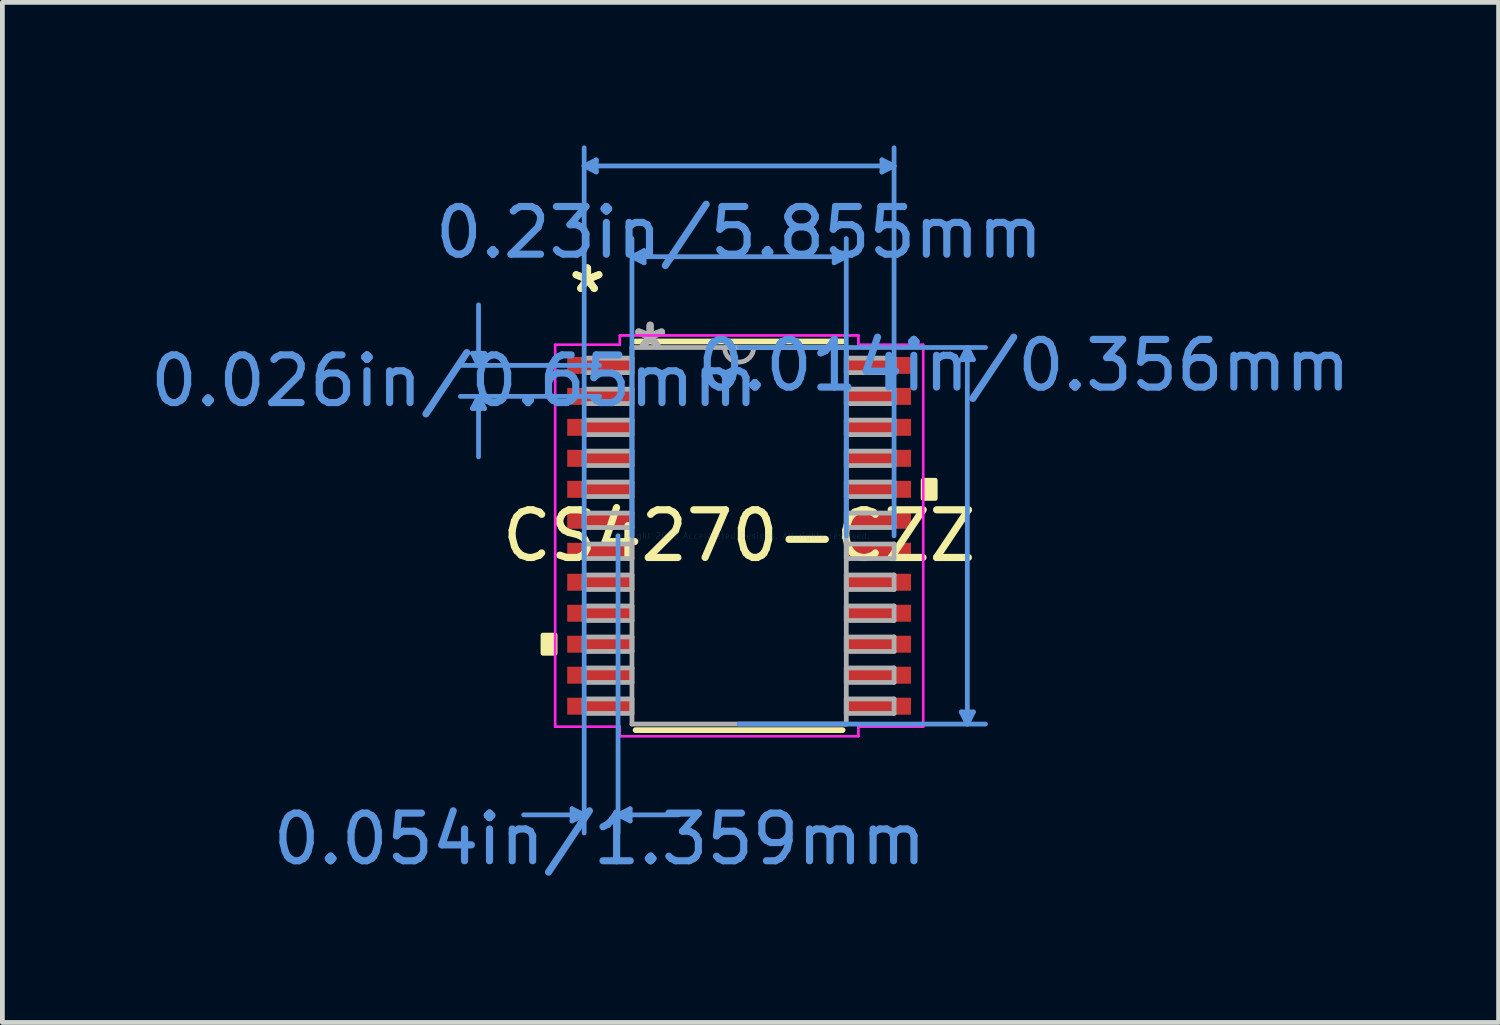
<source format=kicad_pcb>
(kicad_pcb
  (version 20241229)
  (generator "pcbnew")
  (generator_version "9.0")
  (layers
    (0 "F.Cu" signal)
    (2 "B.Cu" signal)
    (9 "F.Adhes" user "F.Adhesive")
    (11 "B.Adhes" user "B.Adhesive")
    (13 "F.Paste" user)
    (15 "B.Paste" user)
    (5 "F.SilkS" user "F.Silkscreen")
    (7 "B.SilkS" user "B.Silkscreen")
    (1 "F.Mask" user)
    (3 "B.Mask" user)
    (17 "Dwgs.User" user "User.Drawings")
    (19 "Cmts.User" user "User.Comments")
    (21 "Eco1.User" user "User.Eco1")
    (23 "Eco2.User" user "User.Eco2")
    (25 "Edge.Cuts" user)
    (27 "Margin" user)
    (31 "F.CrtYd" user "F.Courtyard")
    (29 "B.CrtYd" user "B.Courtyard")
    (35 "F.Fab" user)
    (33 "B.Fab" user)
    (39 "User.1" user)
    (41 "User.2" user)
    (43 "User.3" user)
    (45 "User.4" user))
  (footprint "CS4270-CZZ"
    (layer "F.Cu")
    (at 12.457 8.191)
    (property "Reference" "CS4270-CZZ" (at 0 0 0) (layer "F.SilkS") (effects (font (size 1 1) (thickness 0.15))))
    (attr through_hole)
    (fp_line (start -2.172 4.077) (end 2.172 4.077) (stroke (width 0.12) (type solid)) (layer "F.SilkS"))
    (fp_line (start 2.172 -4.077) (end -2.172 -4.077) (stroke (width 0.12) (type solid)) (layer "F.SilkS"))
    (fp_poly (pts (xy -4.115 2.084) (xy -4.115 2.465) (xy -3.861 2.465) (xy -3.861 2.084)) (stroke (width 0.1) (type solid)) (fill yes) (layer "F.SilkS"))
    (fp_poly (pts (xy 4.115 -1.165) (xy 4.115 -0.784) (xy 3.861 -0.784) (xy 3.861 -1.165)) (stroke (width 0.1) (type solid)) (fill yes) (layer "F.SilkS"))
    (fp_line (start -5.594 -3.829) (end -5.34 -3.829) (stroke (width 0.1) (type solid)) (layer "Cmts.User"))
    (fp_line (start -5.594 -2.671) (end -5.34 -2.671) (stroke (width 0.1) (type solid)) (layer "Cmts.User"))
    (fp_line (start -5.467 -3.575) (end -5.594 -3.829) (stroke (width 0.1) (type solid)) (layer "Cmts.User"))
    (fp_line (start -5.467 -3.575) (end -5.467 -4.845) (stroke (width 0.1) (type solid)) (layer "Cmts.User"))
    (fp_line (start -5.467 -3.575) (end -5.34 -3.829) (stroke (width 0.1) (type solid)) (layer "Cmts.User"))
    (fp_line (start -5.467 -2.925) (end -5.594 -2.671) (stroke (width 0.1) (type solid)) (layer "Cmts.User"))
    (fp_line (start -5.467 -2.925) (end -5.467 -1.655) (stroke (width 0.1) (type solid)) (layer "Cmts.User"))
    (fp_line (start -5.467 -2.925) (end -5.34 -2.671) (stroke (width 0.1) (type solid)) (layer "Cmts.User"))
    (fp_line (start -3.505 5.728) (end -3.505 5.982) (stroke (width 0.1) (type solid)) (layer "Cmts.User"))
    (fp_line (start -3.251 -7.76) (end -2.997 -7.887) (stroke (width 0.1) (type solid)) (layer "Cmts.User"))
    (fp_line (start -3.251 -7.76) (end -2.997 -7.633) (stroke (width 0.1) (type solid)) (layer "Cmts.User"))
    (fp_line (start -3.251 -7.76) (end 3.251 -7.76) (stroke (width 0.1) (type solid)) (layer "Cmts.User"))
    (fp_line (start -3.251 0) (end -3.251 -8.141) (stroke (width 0.1) (type solid)) (layer "Cmts.User"))
    (fp_line (start -3.251 0) (end -3.251 6.236) (stroke (width 0.1) (type solid)) (layer "Cmts.User"))
    (fp_line (start -3.251 5.855) (end -4.521 5.855) (stroke (width 0.1) (type solid)) (layer "Cmts.User"))
    (fp_line (start -3.251 5.855) (end -3.505 5.728) (stroke (width 0.1) (type solid)) (layer "Cmts.User"))
    (fp_line (start -3.251 5.855) (end -3.505 5.982) (stroke (width 0.1) (type solid)) (layer "Cmts.User"))
    (fp_line (start -2.997 -7.887) (end -2.997 -7.633) (stroke (width 0.1) (type solid)) (layer "Cmts.User"))
    (fp_line (start -2.927 -3.575) (end -5.848 -3.575) (stroke (width 0.1) (type solid)) (layer "Cmts.User"))
    (fp_line (start -2.927 -2.925) (end -5.848 -2.925) (stroke (width 0.1) (type solid)) (layer "Cmts.User"))
    (fp_line (start -2.54 0) (end -2.54 6.236) (stroke (width 0.1) (type solid)) (layer "Cmts.User"))
    (fp_line (start -2.54 5.855) (end -2.286 5.728) (stroke (width 0.1) (type solid)) (layer "Cmts.User"))
    (fp_line (start -2.54 5.855) (end -2.286 5.982) (stroke (width 0.1) (type solid)) (layer "Cmts.User"))
    (fp_line (start -2.54 5.855) (end -1.27 5.855) (stroke (width 0.1) (type solid)) (layer "Cmts.User"))
    (fp_line (start -2.286 5.728) (end -2.286 5.982) (stroke (width 0.1) (type solid)) (layer "Cmts.User"))
    (fp_line (start -2.248 -5.855) (end -1.994 -5.982) (stroke (width 0.1) (type solid)) (layer "Cmts.User"))
    (fp_line (start -2.248 -5.855) (end -1.994 -5.728) (stroke (width 0.1) (type solid)) (layer "Cmts.User"))
    (fp_line (start -2.248 -5.855) (end 2.248 -5.855) (stroke (width 0.1) (type solid)) (layer "Cmts.User"))
    (fp_line (start -2.248 0) (end -2.248 -6.236) (stroke (width 0.1) (type solid)) (layer "Cmts.User"))
    (fp_line (start -1.994 -5.982) (end -1.994 -5.728) (stroke (width 0.1) (type solid)) (layer "Cmts.User"))
    (fp_line (start 0 -3.95) (end 5.169 -3.95) (stroke (width 0.1) (type solid)) (layer "Cmts.User"))
    (fp_line (start 0 3.95) (end 5.169 3.95) (stroke (width 0.1) (type solid)) (layer "Cmts.User"))
    (fp_line (start 1.994 -5.982) (end 1.994 -5.728) (stroke (width 0.1) (type solid)) (layer "Cmts.User"))
    (fp_line (start 2.248 -5.855) (end 1.994 -5.982) (stroke (width 0.1) (type solid)) (layer "Cmts.User"))
    (fp_line (start 2.248 -5.855) (end 1.994 -5.728) (stroke (width 0.1) (type solid)) (layer "Cmts.User"))
    (fp_line (start 2.248 0) (end 2.248 -6.236) (stroke (width 0.1) (type solid)) (layer "Cmts.User"))
    (fp_line (start 2.997 -7.887) (end 2.997 -7.633) (stroke (width 0.1) (type solid)) (layer "Cmts.User"))
    (fp_line (start 3.251 -7.76) (end 2.997 -7.887) (stroke (width 0.1) (type solid)) (layer "Cmts.User"))
    (fp_line (start 3.251 -7.76) (end 2.997 -7.633) (stroke (width 0.1) (type solid)) (layer "Cmts.User"))
    (fp_line (start 3.251 0) (end 3.251 -8.141) (stroke (width 0.1) (type solid)) (layer "Cmts.User"))
    (fp_line (start 4.661 -3.696) (end 4.915 -3.696) (stroke (width 0.1) (type solid)) (layer "Cmts.User"))
    (fp_line (start 4.661 3.696) (end 4.915 3.696) (stroke (width 0.1) (type solid)) (layer "Cmts.User"))
    (fp_line (start 4.788 -3.95) (end 4.661 -3.696) (stroke (width 0.1) (type solid)) (layer "Cmts.User"))
    (fp_line (start 4.788 -3.95) (end 4.788 3.95) (stroke (width 0.1) (type solid)) (layer "Cmts.User"))
    (fp_line (start 4.788 -3.95) (end 4.915 -3.696) (stroke (width 0.1) (type solid)) (layer "Cmts.User"))
    (fp_line (start 4.788 3.95) (end 4.661 3.696) (stroke (width 0.1) (type solid)) (layer "Cmts.User"))
    (fp_line (start 4.788 3.95) (end 4.915 3.696) (stroke (width 0.1) (type solid)) (layer "Cmts.User"))
    (fp_line (start -3.861 -4.007) (end -2.502 -4.007) (stroke (width 0.05) (type solid)) (layer "F.CrtYd"))
    (fp_line (start -3.861 -4.007) (end -2.502 -4.007) (stroke (width 0.05) (type solid)) (layer "F.CrtYd"))
    (fp_line (start -3.861 4.007) (end -3.861 -4.007) (stroke (width 0.05) (type solid)) (layer "F.CrtYd"))
    (fp_line (start -3.861 4.007) (end -3.861 -4.007) (stroke (width 0.05) (type solid)) (layer "F.CrtYd"))
    (fp_line (start -3.861 4.007) (end -2.502 4.007) (stroke (width 0.05) (type solid)) (layer "F.CrtYd"))
    (fp_line (start -2.502 -4.204) (end 2.502 -4.204) (stroke (width 0.05) (type solid)) (layer "F.CrtYd"))
    (fp_line (start -2.502 -4.204) (end 2.502 -4.204) (stroke (width 0.05) (type solid)) (layer "F.CrtYd"))
    (fp_line (start -2.502 -4.007) (end -2.502 -4.204) (stroke (width 0.05) (type solid)) (layer "F.CrtYd"))
    (fp_line (start -2.502 -4.007) (end -2.502 -4.204) (stroke (width 0.05) (type solid)) (layer "F.CrtYd"))
    (fp_line (start -2.502 4.007) (end -3.861 4.007) (stroke (width 0.05) (type solid)) (layer "F.CrtYd"))
    (fp_line (start -2.502 4.204) (end -2.502 4.007) (stroke (width 0.05) (type solid)) (layer "F.CrtYd"))
    (fp_line (start -2.502 4.204) (end -2.502 4.007) (stroke (width 0.05) (type solid)) (layer "F.CrtYd"))
    (fp_line (start 2.502 -4.204) (end 2.502 -4.007) (stroke (width 0.05) (type solid)) (layer "F.CrtYd"))
    (fp_line (start 2.502 -4.204) (end 2.502 -4.007) (stroke (width 0.05) (type solid)) (layer "F.CrtYd"))
    (fp_line (start 2.502 -4.007) (end 3.861 -4.007) (stroke (width 0.05) (type solid)) (layer "F.CrtYd"))
    (fp_line (start 2.502 4.007) (end 2.502 4.204) (stroke (width 0.05) (type solid)) (layer "F.CrtYd"))
    (fp_line (start 2.502 4.007) (end 2.502 4.204) (stroke (width 0.05) (type solid)) (layer "F.CrtYd"))
    (fp_line (start 2.502 4.204) (end -2.502 4.204) (stroke (width 0.05) (type solid)) (layer "F.CrtYd"))
    (fp_line (start 2.502 4.204) (end -2.502 4.204) (stroke (width 0.05) (type solid)) (layer "F.CrtYd"))
    (fp_line (start 3.861 -4.007) (end 2.502 -4.007) (stroke (width 0.05) (type solid)) (layer "F.CrtYd"))
    (fp_line (start 3.861 -4.007) (end 3.861 4.007) (stroke (width 0.05) (type solid)) (layer "F.CrtYd"))
    (fp_line (start 3.861 -4.007) (end 3.861 4.007) (stroke (width 0.05) (type solid)) (layer "F.CrtYd"))
    (fp_line (start 3.861 4.007) (end 2.502 4.007) (stroke (width 0.05) (type solid)) (layer "F.CrtYd"))
    (fp_line (start 3.861 4.007) (end 2.502 4.007) (stroke (width 0.05) (type solid)) (layer "F.CrtYd"))
    (fp_line (start -3.251 -3.727) (end -3.251 -3.423) (stroke (width 0.1) (type solid)) (layer "F.Fab"))
    (fp_line (start -3.251 -3.423) (end -2.248 -3.423) (stroke (width 0.1) (type solid)) (layer "F.Fab"))
    (fp_line (start -3.251 -3.077) (end -3.251 -2.773) (stroke (width 0.1) (type solid)) (layer "F.Fab"))
    (fp_line (start -3.251 -2.773) (end -2.248 -2.773) (stroke (width 0.1) (type solid)) (layer "F.Fab"))
    (fp_line (start -3.251 -2.427) (end -3.251 -2.123) (stroke (width 0.1) (type solid)) (layer "F.Fab"))
    (fp_line (start -3.251 -2.123) (end -2.248 -2.123) (stroke (width 0.1) (type solid)) (layer "F.Fab"))
    (fp_line (start -3.251 -1.777) (end -3.251 -1.473) (stroke (width 0.1) (type solid)) (layer "F.Fab"))
    (fp_line (start -3.251 -1.473) (end -2.248 -1.473) (stroke (width 0.1) (type solid)) (layer "F.Fab"))
    (fp_line (start -3.251 -1.127) (end -3.251 -0.823) (stroke (width 0.1) (type solid)) (layer "F.Fab"))
    (fp_line (start -3.251 -0.823) (end -2.248 -0.823) (stroke (width 0.1) (type solid)) (layer "F.Fab"))
    (fp_line (start -3.251 -0.477) (end -3.251 -0.173) (stroke (width 0.1) (type solid)) (layer "F.Fab"))
    (fp_line (start -3.251 -0.173) (end -2.248 -0.173) (stroke (width 0.1) (type solid)) (layer "F.Fab"))
    (fp_line (start -3.251 0.173) (end -3.251 0.477) (stroke (width 0.1) (type solid)) (layer "F.Fab"))
    (fp_line (start -3.251 0.477) (end -2.248 0.477) (stroke (width 0.1) (type solid)) (layer "F.Fab"))
    (fp_line (start -3.251 0.823) (end -3.251 1.127) (stroke (width 0.1) (type solid)) (layer "F.Fab"))
    (fp_line (start -3.251 1.127) (end -2.248 1.127) (stroke (width 0.1) (type solid)) (layer "F.Fab"))
    (fp_line (start -3.251 1.473) (end -3.251 1.777) (stroke (width 0.1) (type solid)) (layer "F.Fab"))
    (fp_line (start -3.251 1.777) (end -2.248 1.777) (stroke (width 0.1) (type solid)) (layer "F.Fab"))
    (fp_line (start -3.251 2.123) (end -3.251 2.427) (stroke (width 0.1) (type solid)) (layer "F.Fab"))
    (fp_line (start -3.251 2.427) (end -2.248 2.427) (stroke (width 0.1) (type solid)) (layer "F.Fab"))
    (fp_line (start -3.251 2.773) (end -3.251 3.077) (stroke (width 0.1) (type solid)) (layer "F.Fab"))
    (fp_line (start -3.251 3.077) (end -2.248 3.077) (stroke (width 0.1) (type solid)) (layer "F.Fab"))
    (fp_line (start -3.251 3.423) (end -3.251 3.727) (stroke (width 0.1) (type solid)) (layer "F.Fab"))
    (fp_line (start -3.251 3.727) (end -2.248 3.727) (stroke (width 0.1) (type solid)) (layer "F.Fab"))
    (fp_line (start -2.248 -3.95) (end -2.248 3.95) (stroke (width 0.1) (type solid)) (layer "F.Fab"))
    (fp_line (start -2.248 -3.727) (end -3.251 -3.727) (stroke (width 0.1) (type solid)) (layer "F.Fab"))
    (fp_line (start -2.248 -3.423) (end -2.248 -3.727) (stroke (width 0.1) (type solid)) (layer "F.Fab"))
    (fp_line (start -2.248 -3.077) (end -3.251 -3.077) (stroke (width 0.1) (type solid)) (layer "F.Fab"))
    (fp_line (start -2.248 -2.773) (end -2.248 -3.077) (stroke (width 0.1) (type solid)) (layer "F.Fab"))
    (fp_line (start -2.248 -2.427) (end -3.251 -2.427) (stroke (width 0.1) (type solid)) (layer "F.Fab"))
    (fp_line (start -2.248 -2.123) (end -2.248 -2.427) (stroke (width 0.1) (type solid)) (layer "F.Fab"))
    (fp_line (start -2.248 -1.777) (end -3.251 -1.777) (stroke (width 0.1) (type solid)) (layer "F.Fab"))
    (fp_line (start -2.248 -1.473) (end -2.248 -1.777) (stroke (width 0.1) (type solid)) (layer "F.Fab"))
    (fp_line (start -2.248 -1.127) (end -3.251 -1.127) (stroke (width 0.1) (type solid)) (layer "F.Fab"))
    (fp_line (start -2.248 -0.823) (end -2.248 -1.127) (stroke (width 0.1) (type solid)) (layer "F.Fab"))
    (fp_line (start -2.248 -0.477) (end -3.251 -0.477) (stroke (width 0.1) (type solid)) (layer "F.Fab"))
    (fp_line (start -2.248 -0.173) (end -2.248 -0.477) (stroke (width 0.1) (type solid)) (layer "F.Fab"))
    (fp_line (start -2.248 0.173) (end -3.251 0.173) (stroke (width 0.1) (type solid)) (layer "F.Fab"))
    (fp_line (start -2.248 0.477) (end -2.248 0.173) (stroke (width 0.1) (type solid)) (layer "F.Fab"))
    (fp_line (start -2.248 0.823) (end -3.251 0.823) (stroke (width 0.1) (type solid)) (layer "F.Fab"))
    (fp_line (start -2.248 1.127) (end -2.248 0.823) (stroke (width 0.1) (type solid)) (layer "F.Fab"))
    (fp_line (start -2.248 1.473) (end -3.251 1.473) (stroke (width 0.1) (type solid)) (layer "F.Fab"))
    (fp_line (start -2.248 1.777) (end -2.248 1.473) (stroke (width 0.1) (type solid)) (layer "F.Fab"))
    (fp_line (start -2.248 2.123) (end -3.251 2.123) (stroke (width 0.1) (type solid)) (layer "F.Fab"))
    (fp_line (start -2.248 2.427) (end -2.248 2.123) (stroke (width 0.1) (type solid)) (layer "F.Fab"))
    (fp_line (start -2.248 2.773) (end -3.251 2.773) (stroke (width 0.1) (type solid)) (layer "F.Fab"))
    (fp_line (start -2.248 3.077) (end -2.248 2.773) (stroke (width 0.1) (type solid)) (layer "F.Fab"))
    (fp_line (start -2.248 3.423) (end -3.251 3.423) (stroke (width 0.1) (type solid)) (layer "F.Fab"))
    (fp_line (start -2.248 3.727) (end -2.248 3.423) (stroke (width 0.1) (type solid)) (layer "F.Fab"))
    (fp_line (start -2.248 3.95) (end 2.248 3.95) (stroke (width 0.1) (type solid)) (layer "F.Fab"))
    (fp_line (start 2.248 -3.95) (end -2.248 -3.95) (stroke (width 0.1) (type solid)) (layer "F.Fab"))
    (fp_line (start 2.248 -3.727) (end 2.248 -3.423) (stroke (width 0.1) (type solid)) (layer "F.Fab"))
    (fp_line (start 2.248 -3.423) (end 3.251 -3.423) (stroke (width 0.1) (type solid)) (layer "F.Fab"))
    (fp_line (start 2.248 -3.077) (end 2.248 -2.773) (stroke (width 0.1) (type solid)) (layer "F.Fab"))
    (fp_line (start 2.248 -2.773) (end 3.251 -2.773) (stroke (width 0.1) (type solid)) (layer "F.Fab"))
    (fp_line (start 2.248 -2.427) (end 2.248 -2.123) (stroke (width 0.1) (type solid)) (layer "F.Fab"))
    (fp_line (start 2.248 -2.123) (end 3.251 -2.123) (stroke (width 0.1) (type solid)) (layer "F.Fab"))
    (fp_line (start 2.248 -1.777) (end 2.248 -1.473) (stroke (width 0.1) (type solid)) (layer "F.Fab"))
    (fp_line (start 2.248 -1.473) (end 3.251 -1.473) (stroke (width 0.1) (type solid)) (layer "F.Fab"))
    (fp_line (start 2.248 -1.127) (end 2.248 -0.823) (stroke (width 0.1) (type solid)) (layer "F.Fab"))
    (fp_line (start 2.248 -0.823) (end 3.251 -0.823) (stroke (width 0.1) (type solid)) (layer "F.Fab"))
    (fp_line (start 2.248 -0.477) (end 2.248 -0.173) (stroke (width 0.1) (type solid)) (layer "F.Fab"))
    (fp_line (start 2.248 -0.173) (end 3.251 -0.173) (stroke (width 0.1) (type solid)) (layer "F.Fab"))
    (fp_line (start 2.248 0.173) (end 2.248 0.477) (stroke (width 0.1) (type solid)) (layer "F.Fab"))
    (fp_line (start 2.248 0.477) (end 3.251 0.477) (stroke (width 0.1) (type solid)) (layer "F.Fab"))
    (fp_line (start 2.248 0.823) (end 2.248 1.127) (stroke (width 0.1) (type solid)) (layer "F.Fab"))
    (fp_line (start 2.248 1.127) (end 3.251 1.127) (stroke (width 0.1) (type solid)) (layer "F.Fab"))
    (fp_line (start 2.248 1.473) (end 2.248 1.777) (stroke (width 0.1) (type solid)) (layer "F.Fab"))
    (fp_line (start 2.248 1.777) (end 3.251 1.777) (stroke (width 0.1) (type solid)) (layer "F.Fab"))
    (fp_line (start 2.248 2.123) (end 2.248 2.427) (stroke (width 0.1) (type solid)) (layer "F.Fab"))
    (fp_line (start 2.248 2.427) (end 3.251 2.427) (stroke (width 0.1) (type solid)) (layer "F.Fab"))
    (fp_line (start 2.248 2.773) (end 2.248 3.077) (stroke (width 0.1) (type solid)) (layer "F.Fab"))
    (fp_line (start 2.248 3.077) (end 3.251 3.077) (stroke (width 0.1) (type solid)) (layer "F.Fab"))
    (fp_line (start 2.248 3.423) (end 2.248 3.727) (stroke (width 0.1) (type solid)) (layer "F.Fab"))
    (fp_line (start 2.248 3.727) (end 3.251 3.727) (stroke (width 0.1) (type solid)) (layer "F.Fab"))
    (fp_line (start 2.248 3.95) (end 2.248 -3.95) (stroke (width 0.1) (type solid)) (layer "F.Fab"))
    (fp_line (start 3.251 -3.727) (end 2.248 -3.727) (stroke (width 0.1) (type solid)) (layer "F.Fab"))
    (fp_line (start 3.251 -3.423) (end 3.251 -3.727) (stroke (width 0.1) (type solid)) (layer "F.Fab"))
    (fp_line (start 3.251 -3.077) (end 2.248 -3.077) (stroke (width 0.1) (type solid)) (layer "F.Fab"))
    (fp_line (start 3.251 -2.773) (end 3.251 -3.077) (stroke (width 0.1) (type solid)) (layer "F.Fab"))
    (fp_line (start 3.251 -2.427) (end 2.248 -2.427) (stroke (width 0.1) (type solid)) (layer "F.Fab"))
    (fp_line (start 3.251 -2.123) (end 3.251 -2.427) (stroke (width 0.1) (type solid)) (layer "F.Fab"))
    (fp_line (start 3.251 -1.777) (end 2.248 -1.777) (stroke (width 0.1) (type solid)) (layer "F.Fab"))
    (fp_line (start 3.251 -1.473) (end 3.251 -1.777) (stroke (width 0.1) (type solid)) (layer "F.Fab"))
    (fp_line (start 3.251 -1.127) (end 2.248 -1.127) (stroke (width 0.1) (type solid)) (layer "F.Fab"))
    (fp_line (start 3.251 -0.823) (end 3.251 -1.127) (stroke (width 0.1) (type solid)) (layer "F.Fab"))
    (fp_line (start 3.251 -0.477) (end 2.248 -0.477) (stroke (width 0.1) (type solid)) (layer "F.Fab"))
    (fp_line (start 3.251 -0.173) (end 3.251 -0.477) (stroke (width 0.1) (type solid)) (layer "F.Fab"))
    (fp_line (start 3.251 0.173) (end 2.248 0.173) (stroke (width 0.1) (type solid)) (layer "F.Fab"))
    (fp_line (start 3.251 0.477) (end 3.251 0.173) (stroke (width 0.1) (type solid)) (layer "F.Fab"))
    (fp_line (start 3.251 0.823) (end 2.248 0.823) (stroke (width 0.1) (type solid)) (layer "F.Fab"))
    (fp_line (start 3.251 1.127) (end 3.251 0.823) (stroke (width 0.1) (type solid)) (layer "F.Fab"))
    (fp_line (start 3.251 1.473) (end 2.248 1.473) (stroke (width 0.1) (type solid)) (layer "F.Fab"))
    (fp_line (start 3.251 1.777) (end 3.251 1.473) (stroke (width 0.1) (type solid)) (layer "F.Fab"))
    (fp_line (start 3.251 2.123) (end 2.248 2.123) (stroke (width 0.1) (type solid)) (layer "F.Fab"))
    (fp_line (start 3.251 2.427) (end 3.251 2.123) (stroke (width 0.1) (type solid)) (layer "F.Fab"))
    (fp_line (start 3.251 2.773) (end 2.248 2.773) (stroke (width 0.1) (type solid)) (layer "F.Fab"))
    (fp_line (start 3.251 3.077) (end 3.251 2.773) (stroke (width 0.1) (type solid)) (layer "F.Fab"))
    (fp_line (start 3.251 3.423) (end 2.248 3.423) (stroke (width 0.1) (type solid)) (layer "F.Fab"))
    (fp_line (start 3.251 3.727) (end 3.251 3.423) (stroke (width 0.1) (type solid)) (layer "F.Fab"))
    (fp_arc (start 0.3048 -3.9497) (mid 0 -3.6449) (end -0.3048 -3.9497) (stroke (width 0.1) (type solid)) (layer "F.Fab"))
    (fp_text user "*" (at -3.181 -5.074 0) (layer "F.SilkS") (effects (font (size 1 1) (thickness 0.15))))
    (fp_text user "*" (at -3.181 -5.074 0) (layer "F.SilkS") (effects (font (size 1 1) (thickness 0.15))))
    (fp_text user "0.026in/0.65mm" (at -5.975 -3.25 0) (layer "Cmts.User") (effects (font (size 1 1) (thickness 0.15))))
    (fp_text user "Copyright 2021 Accelerated Designs. All rights reserved." (at 0 0 0) (layer "Cmts.User") (effects (font (size 0.127 0.127) (thickness 0.002))))
    (fp_text user "0.054in/1.359mm" (at -2.927 6.363 0) (layer "Cmts.User") (effects (font (size 1 1) (thickness 0.15))))
    (fp_text user "0.23in/5.855mm" (at 0 -6.363 0) (layer "Cmts.User") (effects (font (size 1 1) (thickness 0.15))))
    (fp_text user "0.014in/0.356mm" (at 5.975 -3.575 0) (layer "Cmts.User") (effects (font (size 1 1) (thickness 0.15))))
    (fp_text user "*" (at -1.867 -3.873 0) (layer "F.Fab") (effects (font (size 1 1) (thickness 0.15))))
    (fp_text user "*" (at -1.867 -3.873 0) (layer "F.Fab") (effects (font (size 1 1) (thickness 0.15))))
    (pad "1" smd rect (at -2.927 -3.575) (size 1.359 0.356) (layers "F.Cu" "F.Mask" "F.Paste"))
    (pad "2" smd rect (at -2.927 -2.925) (size 1.359 0.356) (layers "F.Cu" "F.Mask" "F.Paste"))
    (pad "3" smd rect (at -2.927 -2.275) (size 1.359 0.356) (layers "F.Cu" "F.Mask" "F.Paste"))
    (pad "4" smd rect (at -2.927 -1.625) (size 1.359 0.356) (layers "F.Cu" "F.Mask" "F.Paste"))
    (pad "5" smd rect (at -2.927 -0.975) (size 1.359 0.356) (layers "F.Cu" "F.Mask" "F.Paste"))
    (pad "6" smd rect (at -2.927 -0.325) (size 1.359 0.356) (layers "F.Cu" "F.Mask" "F.Paste"))
    (pad "7" smd rect (at -2.927 0.325) (size 1.359 0.356) (layers "F.Cu" "F.Mask" "F.Paste"))
    (pad "8" smd rect (at -2.927 0.975) (size 1.359 0.356) (layers "F.Cu" "F.Mask" "F.Paste"))
    (pad "9" smd rect (at -2.927 1.625) (size 1.359 0.356) (layers "F.Cu" "F.Mask" "F.Paste"))
    (pad "10" smd rect (at -2.927 2.275) (size 1.359 0.356) (layers "F.Cu" "F.Mask" "F.Paste"))
    (pad "11" smd rect (at -2.927 2.925) (size 1.359 0.356) (layers "F.Cu" "F.Mask" "F.Paste"))
    (pad "12" smd rect (at -2.927 3.575) (size 1.359 0.356) (layers "F.Cu" "F.Mask" "F.Paste"))
    (pad "13" smd rect (at 2.927 3.575) (size 1.359 0.356) (layers "F.Cu" "F.Mask" "F.Paste"))
    (pad "14" smd rect (at 2.927 2.925) (size 1.359 0.356) (layers "F.Cu" "F.Mask" "F.Paste"))
    (pad "15" smd rect (at 2.927 2.275) (size 1.359 0.356) (layers "F.Cu" "F.Mask" "F.Paste"))
    (pad "16" smd rect (at 2.927 1.625) (size 1.359 0.356) (layers "F.Cu" "F.Mask" "F.Paste"))
    (pad "17" smd rect (at 2.927 0.975) (size 1.359 0.356) (layers "F.Cu" "F.Mask" "F.Paste"))
    (pad "18" smd rect (at 2.927 0.325) (size 1.359 0.356) (layers "F.Cu" "F.Mask" "F.Paste"))
    (pad "19" smd rect (at 2.927 -0.325) (size 1.359 0.356) (layers "F.Cu" "F.Mask" "F.Paste"))
    (pad "20" smd rect (at 2.927 -0.975) (size 1.359 0.356) (layers "F.Cu" "F.Mask" "F.Paste"))
    (pad "21" smd rect (at 2.927 -1.625) (size 1.359 0.356) (layers "F.Cu" "F.Mask" "F.Paste"))
    (pad "22" smd rect (at 2.927 -2.275) (size 1.359 0.356) (layers "F.Cu" "F.Mask" "F.Paste"))
    (pad "23" smd rect (at 2.927 -2.925) (size 1.359 0.356) (layers "F.Cu" "F.Mask" "F.Paste"))
    (pad "24" smd rect (at 2.927 -3.575) (size 1.359 0.356) (layers "F.Cu" "F.Mask" "F.Paste")))
  (gr_rect
    (start -3 -3)
    (end 28.391 18.402)
    (stroke (width 0.1) (type default))
    (fill no)
    (layer "Edge.Cuts")))
</source>
